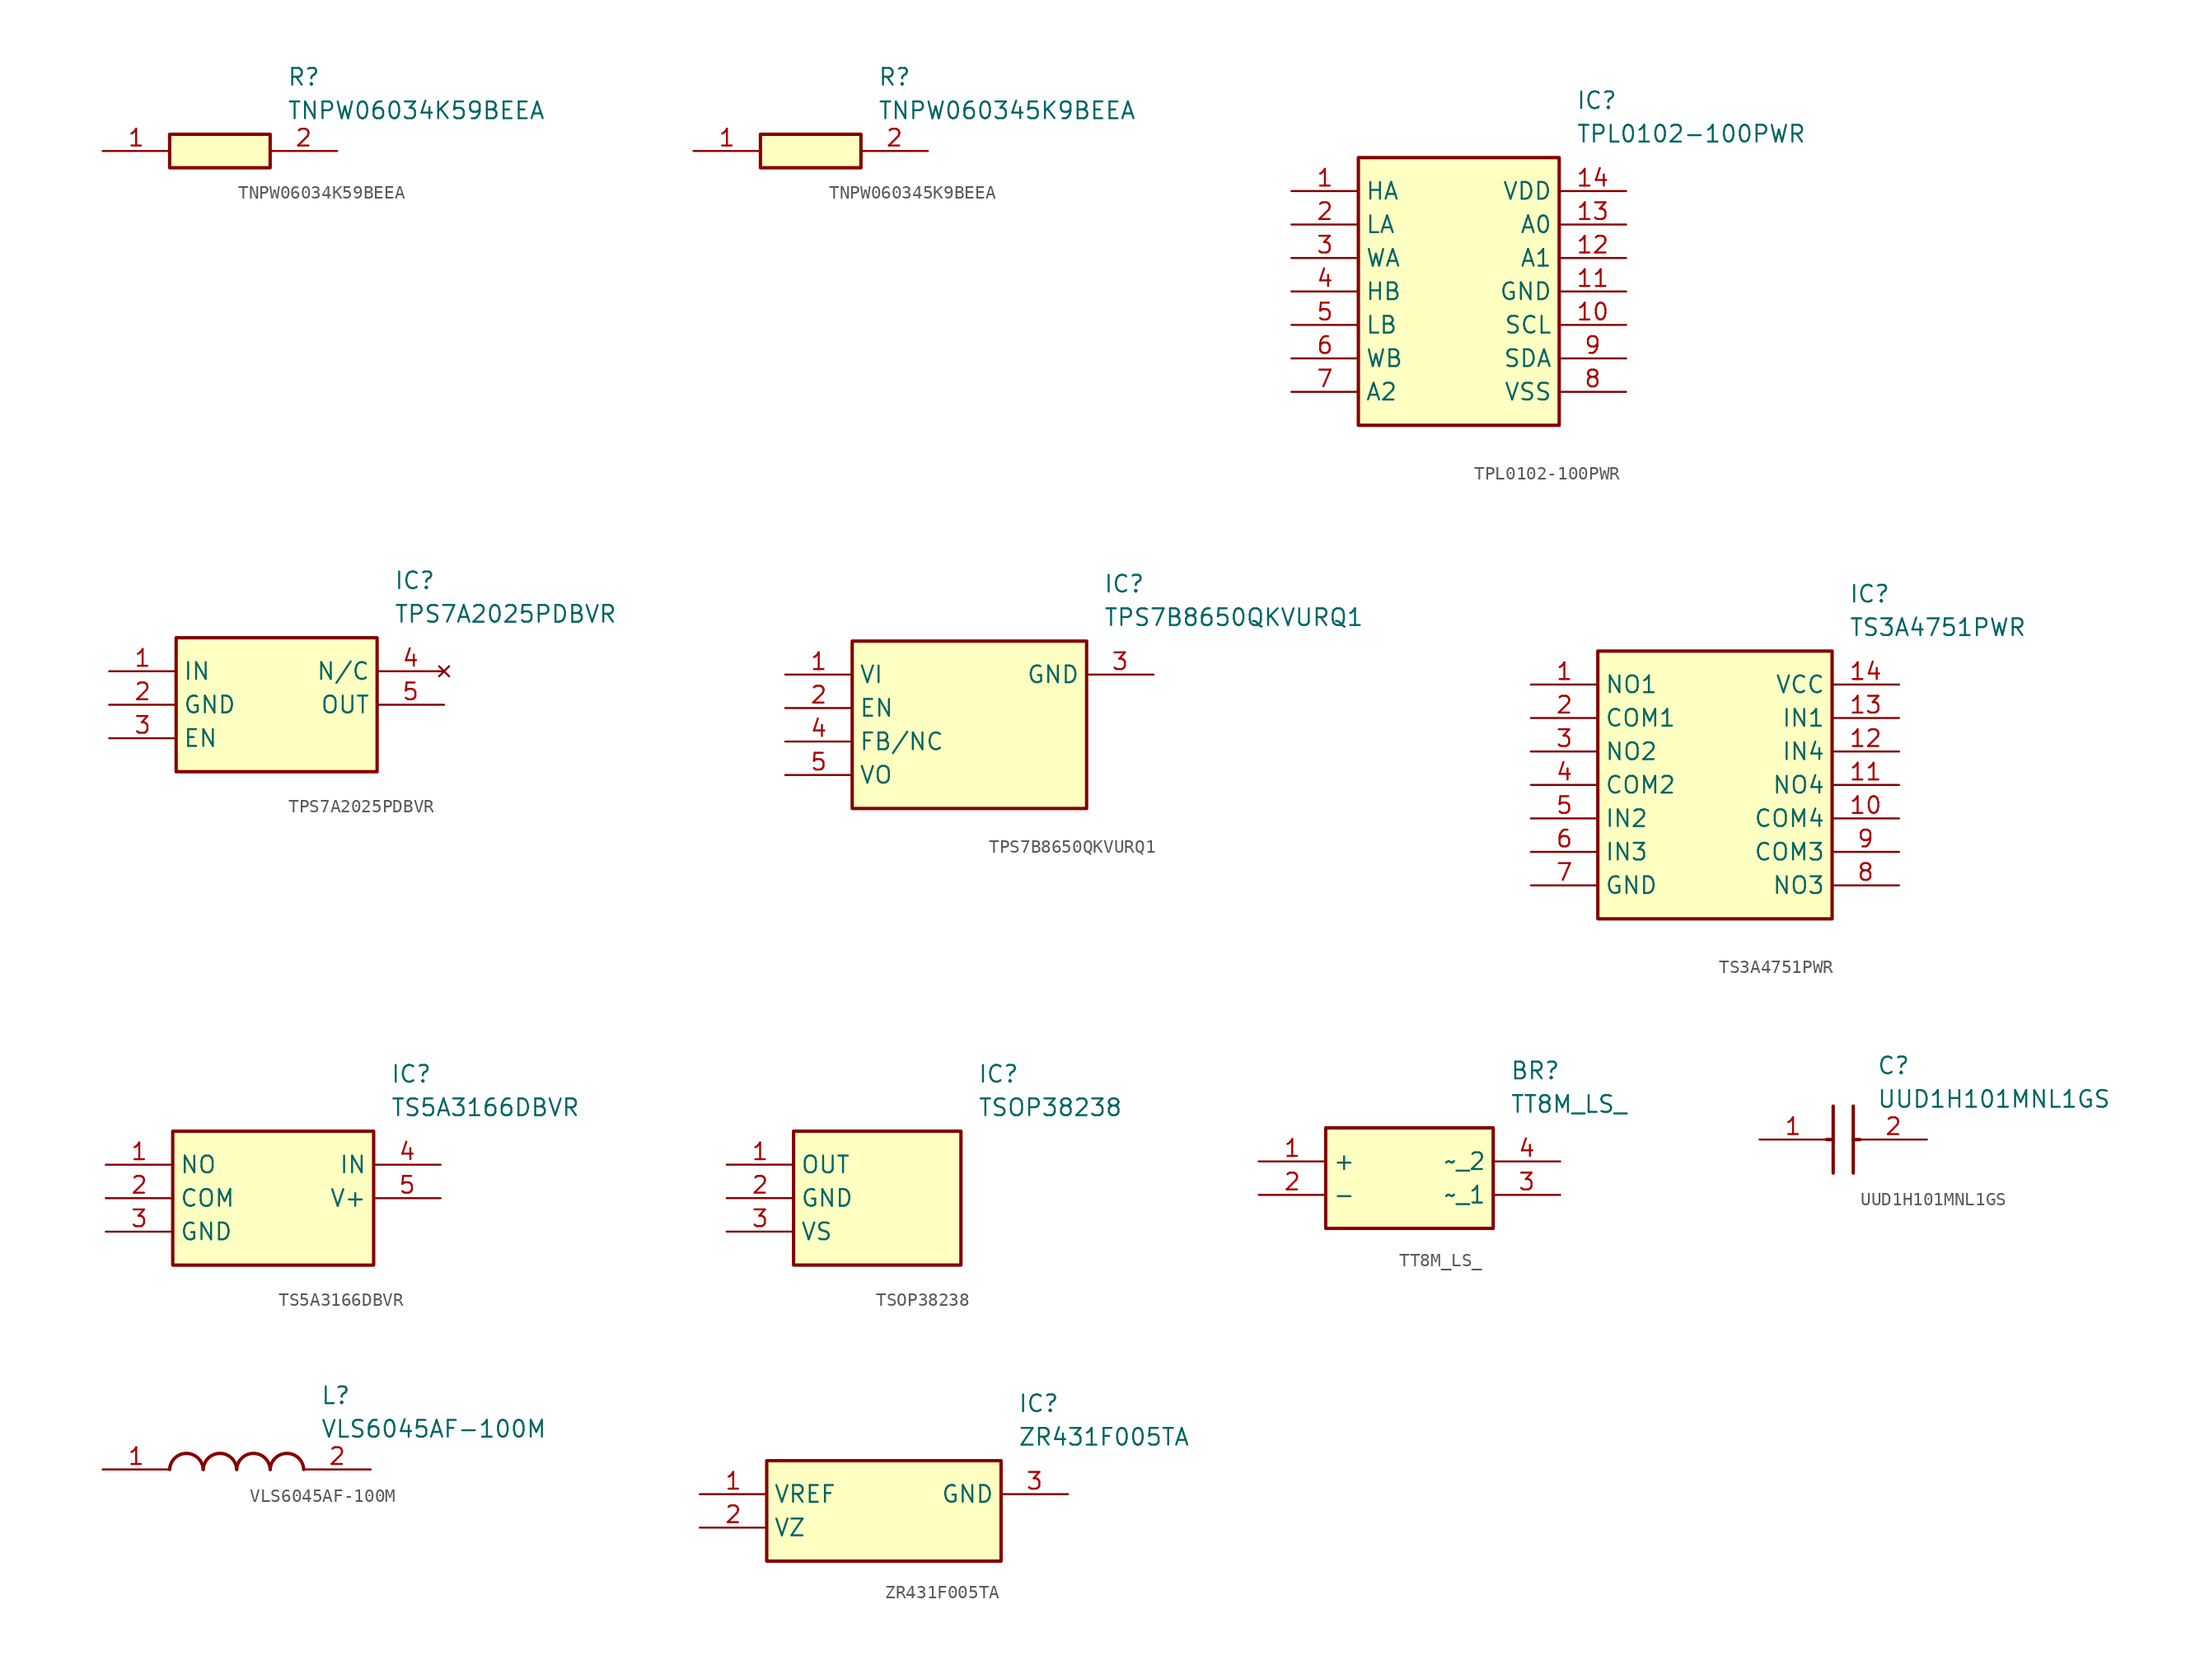
<source format=kicad_sym>
(kicad_symbol_lib
  (version 20231120)
  (generator "kicad_symbol_editor")
  (generator_version "8.0")
  (symbol "TNPW06034K59BEEA"
    (pin_names hide)
    (property "Reference" "R"
      (at 13.97 6.35 0)
      (effects (font (size 1.27 1.27)) (justify left top)))
    (property "Value" "TNPW06034K59BEEA"
      (at 13.97 3.81 0)
      (effects (font (size 1.27 1.27)) (justify left top)))
    (symbol "TNPW06034K59BEEA_1_1"
      (rectangle (start 5.08 1.27) (end 12.7 -1.27) (stroke (width 0.254) (type default)) (fill (type background)))
      (pin passive line (at 0 0 0) (length 5.08) (name "1" (effects (font (size 1.27 1.27)))) (number "1" (effects (font (size 1.27 1.27)))))
      (pin passive line (at 17.78 0 180) (length 5.08) (name "2" (effects (font (size 1.27 1.27)))) (number "2" (effects (font (size 1.27 1.27)))))))
  (symbol "TNPW060345K9BEEA"
    (pin_names hide)
    (property "Reference" "R"
      (at 13.97 6.35 0)
      (effects (font (size 1.27 1.27)) (justify left top)))
    (property "Value" "TNPW060345K9BEEA"
      (at 13.97 3.81 0)
      (effects (font (size 1.27 1.27)) (justify left top)))
    (symbol "TNPW060345K9BEEA_1_1"
      (rectangle (start 5.08 1.27) (end 12.7 -1.27) (stroke (width 0.254) (type default)) (fill (type background)))
      (pin passive line (at 0 0 0) (length 5.08) (name "1" (effects (font (size 1.27 1.27)))) (number "1" (effects (font (size 1.27 1.27)))))
      (pin passive line (at 17.78 0 180) (length 5.08) (name "2" (effects (font (size 1.27 1.27)))) (number "2" (effects (font (size 1.27 1.27)))))))
  (symbol "TPL0102-100PWR"
    (property "Reference" "IC"
      (at 21.59 7.62 0)
      (effects (font (size 1.27 1.27)) (justify left top)))
    (property "Value" "TPL0102-100PWR"
      (at 21.59 5.08 0)
      (effects (font (size 1.27 1.27)) (justify left top)))
    (symbol "TPL0102-100PWR_1_1"
      (rectangle (start 5.08 2.54) (end 20.32 -17.78) (stroke (width 0.254) (type default)) (fill (type background)))
      (pin bidirectional line (at 0 0 0) (length 5.08) (name "HA" (effects (font (size 1.27 1.27)))) (number "1" (effects (font (size 1.27 1.27)))))
      (pin input line (at 25.4 -10.16 180) (length 5.08) (name "SCL" (effects (font (size 1.27 1.27)))) (number "10" (effects (font (size 1.27 1.27)))))
      (pin power_in line (at 25.4 -7.62 180) (length 5.08) (name "GND" (effects (font (size 1.27 1.27)))) (number "11" (effects (font (size 1.27 1.27)))))
      (pin input line (at 25.4 -5.08 180) (length 5.08) (name "A1" (effects (font (size 1.27 1.27)))) (number "12" (effects (font (size 1.27 1.27)))))
      (pin input line (at 25.4 -2.54 180) (length 5.08) (name "A0" (effects (font (size 1.27 1.27)))) (number "13" (effects (font (size 1.27 1.27)))))
      (pin power_in line (at 25.4 0 180) (length 5.08) (name "VDD" (effects (font (size 1.27 1.27)))) (number "14" (effects (font (size 1.27 1.27)))))
      (pin bidirectional line (at 0 -2.54 0) (length 5.08) (name "LA" (effects (font (size 1.27 1.27)))) (number "2" (effects (font (size 1.27 1.27)))))
      (pin bidirectional line (at 0 -5.08 0) (length 5.08) (name "WA" (effects (font (size 1.27 1.27)))) (number "3" (effects (font (size 1.27 1.27)))))
      (pin bidirectional line (at 0 -7.62 0) (length 5.08) (name "HB" (effects (font (size 1.27 1.27)))) (number "4" (effects (font (size 1.27 1.27)))))
      (pin bidirectional line (at 0 -10.16 0) (length 5.08) (name "LB" (effects (font (size 1.27 1.27)))) (number "5" (effects (font (size 1.27 1.27)))))
      (pin bidirectional line (at 0 -12.7 0) (length 5.08) (name "WB" (effects (font (size 1.27 1.27)))) (number "6" (effects (font (size 1.27 1.27)))))
      (pin input line (at 0 -15.24 0) (length 5.08) (name "A2" (effects (font (size 1.27 1.27)))) (number "7" (effects (font (size 1.27 1.27)))))
      (pin power_in line (at 25.4 -15.24 180) (length 5.08) (name "VSS" (effects (font (size 1.27 1.27)))) (number "8" (effects (font (size 1.27 1.27)))))
      (pin bidirectional line (at 25.4 -12.7 180) (length 5.08) (name "SDA" (effects (font (size 1.27 1.27)))) (number "9" (effects (font (size 1.27 1.27)))))))
  (symbol "TPS7A2025PDBVR"
    (property "Reference" "IC"
      (at 21.59 7.62 0)
      (effects (font (size 1.27 1.27)) (justify left top)))
    (property "Value" "TPS7A2025PDBVR"
      (at 21.59 5.08 0)
      (effects (font (size 1.27 1.27)) (justify left top)))
    (symbol "TPS7A2025PDBVR_1_1"
      (rectangle (start 5.08 2.54) (end 20.32 -7.62) (stroke (width 0.254) (type default)) (fill (type background)))
      (pin passive line (at 0 0 0) (length 5.08) (name "IN" (effects (font (size 1.27 1.27)))) (number "1" (effects (font (size 1.27 1.27)))))
      (pin passive line (at 0 -2.54 0) (length 5.08) (name "GND" (effects (font (size 1.27 1.27)))) (number "2" (effects (font (size 1.27 1.27)))))
      (pin passive line (at 0 -5.08 0) (length 5.08) (name "EN" (effects (font (size 1.27 1.27)))) (number "3" (effects (font (size 1.27 1.27)))))
      (pin no_connect line (at 25.4 0 180) (length 5.08) (name "N/C" (effects (font (size 1.27 1.27)))) (number "4" (effects (font (size 1.27 1.27)))))
      (pin passive line (at 25.4 -2.54 180) (length 5.08) (name "OUT" (effects (font (size 1.27 1.27)))) (number "5" (effects (font (size 1.27 1.27)))))))
  (symbol "TPS7B8650QKVURQ1"
    (property "Reference" "IC"
      (at 24.13 7.62 0)
      (effects (font (size 1.27 1.27)) (justify left top)))
    (property "Value" "TPS7B8650QKVURQ1"
      (at 24.13 5.08 0)
      (effects (font (size 1.27 1.27)) (justify left top)))
    (symbol "TPS7B8650QKVURQ1_1_1"
      (rectangle (start 5.08 2.54) (end 22.86 -10.16) (stroke (width 0.254) (type default)) (fill (type background)))
      (pin passive line (at 0 0 0) (length 5.08) (name "VI" (effects (font (size 1.27 1.27)))) (number "1" (effects (font (size 1.27 1.27)))))
      (pin passive line (at 0 -2.54 0) (length 5.08) (name "EN" (effects (font (size 1.27 1.27)))) (number "2" (effects (font (size 1.27 1.27)))))
      (pin passive line (at 27.94 0 180) (length 5.08) (name "GND" (effects (font (size 1.27 1.27)))) (number "3" (effects (font (size 1.27 1.27)))))
      (pin passive line (at 0 -5.08 0) (length 5.08) (name "FB/NC" (effects (font (size 1.27 1.27)))) (number "4" (effects (font (size 1.27 1.27)))))
      (pin passive line (at 0 -7.62 0) (length 5.08) (name "VO" (effects (font (size 1.27 1.27)))) (number "5" (effects (font (size 1.27 1.27)))))))
  (symbol "TS3A4751PWR"
    (property "Reference" "IC"
      (at 24.13 7.62 0)
      (effects (font (size 1.27 1.27)) (justify left top)))
    (property "Value" "TS3A4751PWR"
      (at 24.13 5.08 0)
      (effects (font (size 1.27 1.27)) (justify left top)))
    (symbol "TS3A4751PWR_1_1"
      (rectangle (start 5.08 2.54) (end 22.86 -17.78) (stroke (width 0.254) (type default)) (fill (type background)))
      (pin passive line (at 0 0 0) (length 5.08) (name "NO1" (effects (font (size 1.27 1.27)))) (number "1" (effects (font (size 1.27 1.27)))))
      (pin passive line (at 27.94 -10.16 180) (length 5.08) (name "COM4" (effects (font (size 1.27 1.27)))) (number "10" (effects (font (size 1.27 1.27)))))
      (pin passive line (at 27.94 -7.62 180) (length 5.08) (name "NO4" (effects (font (size 1.27 1.27)))) (number "11" (effects (font (size 1.27 1.27)))))
      (pin passive line (at 27.94 -5.08 180) (length 5.08) (name "IN4" (effects (font (size 1.27 1.27)))) (number "12" (effects (font (size 1.27 1.27)))))
      (pin passive line (at 27.94 -2.54 180) (length 5.08) (name "IN1" (effects (font (size 1.27 1.27)))) (number "13" (effects (font (size 1.27 1.27)))))
      (pin passive line (at 27.94 0 180) (length 5.08) (name "VCC" (effects (font (size 1.27 1.27)))) (number "14" (effects (font (size 1.27 1.27)))))
      (pin passive line (at 0 -2.54 0) (length 5.08) (name "COM1" (effects (font (size 1.27 1.27)))) (number "2" (effects (font (size 1.27 1.27)))))
      (pin passive line (at 0 -5.08 0) (length 5.08) (name "NO2" (effects (font (size 1.27 1.27)))) (number "3" (effects (font (size 1.27 1.27)))))
      (pin passive line (at 0 -7.62 0) (length 5.08) (name "COM2" (effects (font (size 1.27 1.27)))) (number "4" (effects (font (size 1.27 1.27)))))
      (pin passive line (at 0 -10.16 0) (length 5.08) (name "IN2" (effects (font (size 1.27 1.27)))) (number "5" (effects (font (size 1.27 1.27)))))
      (pin passive line (at 0 -12.7 0) (length 5.08) (name "IN3" (effects (font (size 1.27 1.27)))) (number "6" (effects (font (size 1.27 1.27)))))
      (pin passive line (at 0 -15.24 0) (length 5.08) (name "GND" (effects (font (size 1.27 1.27)))) (number "7" (effects (font (size 1.27 1.27)))))
      (pin passive line (at 27.94 -15.24 180) (length 5.08) (name "NO3" (effects (font (size 1.27 1.27)))) (number "8" (effects (font (size 1.27 1.27)))))
      (pin passive line (at 27.94 -12.7 180) (length 5.08) (name "COM3" (effects (font (size 1.27 1.27)))) (number "9" (effects (font (size 1.27 1.27)))))))
  (symbol "TS5A3166DBVR"
    (property "Reference" "IC"
      (at 21.59 7.62 0)
      (effects (font (size 1.27 1.27)) (justify left top)))
    (property "Value" "TS5A3166DBVR"
      (at 21.59 5.08 0)
      (effects (font (size 1.27 1.27)) (justify left top)))
    (symbol "TS5A3166DBVR_1_1"
      (rectangle (start 5.08 2.54) (end 20.32 -7.62) (stroke (width 0.254) (type default)) (fill (type background)))
      (pin passive line (at 0 0 0) (length 5.08) (name "NO" (effects (font (size 1.27 1.27)))) (number "1" (effects (font (size 1.27 1.27)))))
      (pin passive line (at 0 -2.54 0) (length 5.08) (name "COM" (effects (font (size 1.27 1.27)))) (number "2" (effects (font (size 1.27 1.27)))))
      (pin passive line (at 0 -5.08 0) (length 5.08) (name "GND" (effects (font (size 1.27 1.27)))) (number "3" (effects (font (size 1.27 1.27)))))
      (pin passive line (at 25.4 0 180) (length 5.08) (name "IN" (effects (font (size 1.27 1.27)))) (number "4" (effects (font (size 1.27 1.27)))))
      (pin passive line (at 25.4 -2.54 180) (length 5.08) (name "V+" (effects (font (size 1.27 1.27)))) (number "5" (effects (font (size 1.27 1.27)))))))
  (symbol "TSOP38238"
    (property "Reference" "IC"
      (at 19.05 7.62 0)
      (effects (font (size 1.27 1.27)) (justify left top)))
    (property "Value" "TSOP38238"
      (at 19.05 5.08 0)
      (effects (font (size 1.27 1.27)) (justify left top)))
    (symbol "TSOP38238_1_1"
      (rectangle (start 5.08 2.54) (end 17.78 -7.62) (stroke (width 0.254) (type default)) (fill (type background)))
      (pin passive line (at 0 0 0) (length 5.08) (name "OUT" (effects (font (size 1.27 1.27)))) (number "1" (effects (font (size 1.27 1.27)))))
      (pin passive line (at 0 -2.54 0) (length 5.08) (name "GND" (effects (font (size 1.27 1.27)))) (number "2" (effects (font (size 1.27 1.27)))))
      (pin passive line (at 0 -5.08 0) (length 5.08) (name "VS" (effects (font (size 1.27 1.27)))) (number "3" (effects (font (size 1.27 1.27)))))))
  (symbol "TT8M_LS_"
    (property "Reference" "BR"
      (at 19.05 7.62 0)
      (effects (font (size 1.27 1.27)) (justify left top)))
    (property "Value" "TT8M_LS_"
      (at 19.05 5.08 0)
      (effects (font (size 1.27 1.27)) (justify left top)))
    (symbol "TT8M_LS__1_1"
      (rectangle (start 5.08 2.54) (end 17.78 -5.08) (stroke (width 0.254) (type default)) (fill (type background)))
      (pin passive line (at 0 0 0) (length 5.08) (name "+" (effects (font (size 1.27 1.27)))) (number "1" (effects (font (size 1.27 1.27)))))
      (pin passive line (at 0 -2.54 0) (length 5.08) (name "-" (effects (font (size 1.27 1.27)))) (number "2" (effects (font (size 1.27 1.27)))))
      (pin passive line (at 22.86 -2.54 180) (length 5.08) (name "~_1" (effects (font (size 1.27 1.27)))) (number "3" (effects (font (size 1.27 1.27)))))
      (pin passive line (at 22.86 0 180) (length 5.08) (name "~_2" (effects (font (size 1.27 1.27)))) (number "4" (effects (font (size 1.27 1.27)))))))
  (symbol "UUD1H101MNL1GS"
    (pin_names hide)
    (property "Reference" "C"
      (at 8.89 6.35 0)
      (effects (font (size 1.27 1.27)) (justify left top)))
    (property "Value" "UUD1H101MNL1GS"
      (at 8.89 3.81 0)
      (effects (font (size 1.27 1.27)) (justify left top)))
    (symbol "UUD1H101MNL1GS_1_1"
      (polyline (pts (xy 5.08 0) (xy 5.588 0)) (stroke (width 0.254) (type default)) (fill (type none)))
      (polyline (pts (xy 5.588 2.54) (xy 5.588 -2.54)) (stroke (width 0.254) (type default)) (fill (type none)))
      (polyline (pts (xy 7.112 0) (xy 7.62 0)) (stroke (width 0.254) (type default)) (fill (type none)))
      (polyline (pts (xy 7.112 2.54) (xy 7.112 -2.54)) (stroke (width 0.254) (type default)) (fill (type none)))
      (pin passive line (at 0 0 0) (length 5.08) (name "+" (effects (font (size 1.27 1.27)))) (number "1" (effects (font (size 1.27 1.27)))))
      (pin passive line (at 12.7 0 180) (length 5.08) (name "-" (effects (font (size 1.27 1.27)))) (number "2" (effects (font (size 1.27 1.27)))))))
  (symbol "VLS6045AF-100M"
    (pin_names hide)
    (property "Reference" "L"
      (at 16.51 6.35 0)
      (effects (font (size 1.27 1.27)) (justify left top)))
    (property "Value" "VLS6045AF-100M"
      (at 16.51 3.81 0)
      (effects (font (size 1.27 1.27)) (justify left top)))
    (symbol "VLS6045AF-100M_1_1"
      (arc (start 7.62 0) (mid 6.35 1.219) (end 5.08 0) (stroke (width 0.254) (type default)) (fill (type none)))
      (arc (start 10.16 0) (mid 8.89 1.219) (end 7.62 0) (stroke (width 0.254) (type default)) (fill (type none)))
      (arc (start 12.7 0) (mid 11.43 1.219) (end 10.16 0) (stroke (width 0.254) (type default)) (fill (type none)))
      (arc (start 15.24 0) (mid 13.97 1.219) (end 12.7 0) (stroke (width 0.254) (type default)) (fill (type none)))
      (pin passive line (at 0 0 0) (length 5.08) (name "1" (effects (font (size 1.27 1.27)))) (number "1" (effects (font (size 1.27 1.27)))))
      (pin passive line (at 20.32 0 180) (length 5.08) (name "2" (effects (font (size 1.27 1.27)))) (number "2" (effects (font (size 1.27 1.27)))))))
  (symbol "ZR431F005TA"
    (property "Reference" "IC"
      (at 24.13 7.62 0)
      (effects (font (size 1.27 1.27)) (justify left top)))
    (property "Value" "ZR431F005TA"
      (at 24.13 5.08 0)
      (effects (font (size 1.27 1.27)) (justify left top)))
    (symbol "ZR431F005TA_1_1"
      (rectangle (start 5.08 2.54) (end 22.86 -5.08) (stroke (width 0.254) (type default)) (fill (type background)))
      (pin passive line (at 0 0 0) (length 5.08) (name "VREF" (effects (font (size 1.27 1.27)))) (number "1" (effects (font (size 1.27 1.27)))))
      (pin passive line (at 0 -2.54 0) (length 5.08) (name "VZ" (effects (font (size 1.27 1.27)))) (number "2" (effects (font (size 1.27 1.27)))))
      (pin passive line (at 27.94 0 180) (length 5.08) (name "GND" (effects (font (size 1.27 1.27)))) (number "3" (effects (font (size 1.27 1.27))))))))
</source>
